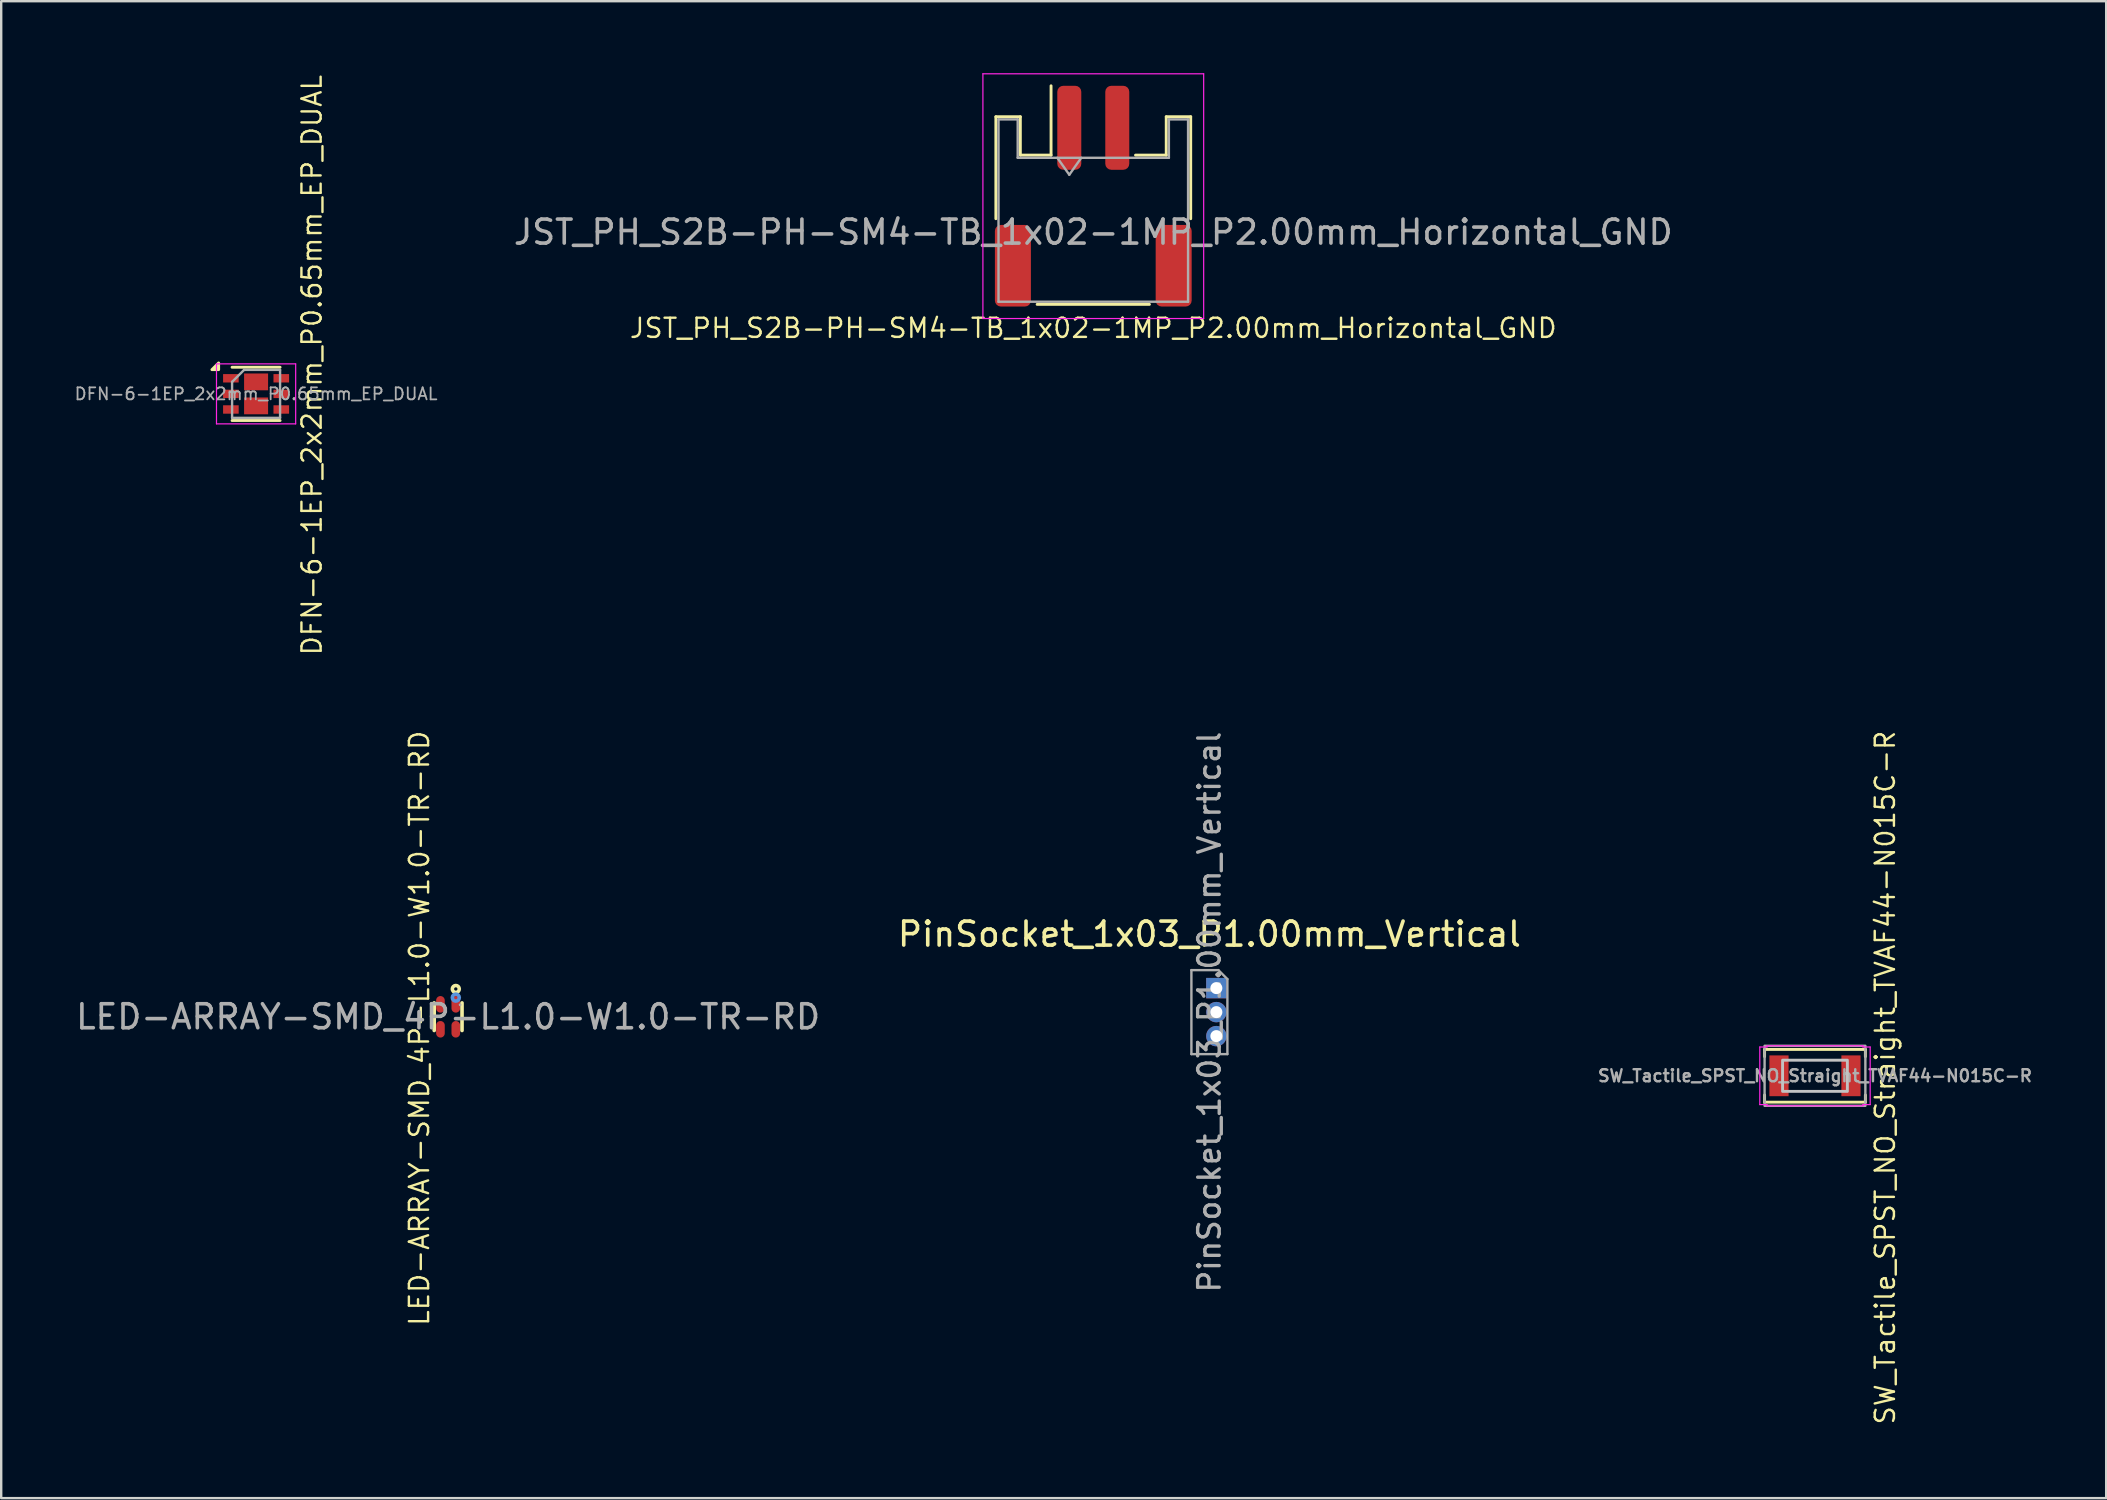
<source format=kicad_pcb>
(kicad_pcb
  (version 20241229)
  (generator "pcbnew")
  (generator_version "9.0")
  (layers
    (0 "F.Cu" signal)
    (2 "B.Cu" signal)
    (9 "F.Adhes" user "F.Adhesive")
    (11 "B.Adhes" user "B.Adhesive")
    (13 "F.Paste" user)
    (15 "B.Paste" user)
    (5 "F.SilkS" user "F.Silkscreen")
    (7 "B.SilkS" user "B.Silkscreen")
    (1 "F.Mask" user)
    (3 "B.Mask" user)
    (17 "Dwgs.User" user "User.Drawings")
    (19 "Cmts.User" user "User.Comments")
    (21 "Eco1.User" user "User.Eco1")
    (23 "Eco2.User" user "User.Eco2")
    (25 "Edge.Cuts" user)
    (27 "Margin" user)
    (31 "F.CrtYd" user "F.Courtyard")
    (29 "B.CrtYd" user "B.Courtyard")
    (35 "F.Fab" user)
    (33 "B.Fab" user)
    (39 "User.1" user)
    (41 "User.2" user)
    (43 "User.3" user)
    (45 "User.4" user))
  (footprint "JST_PH_S2B-PH-SM4-TB_1x02-1MP_P2.00mm_Horizontal_GND"
    (layer "F.Cu")
    (at 42.512 5.125)
    (property "Reference" "JST_PH_S2B-PH-SM4-TB_1x02-1MP_P2.00mm_Horizontal_GND" (at 0 5.5 0) (unlocked yes) (layer "F.SilkS") (effects (font (size 0.8 0.8) (thickness 0.1))))
    (attr smd)
    (fp_line (start -4.06 -3.31) (end -3.04 -3.31) (stroke (width 0.12) (type solid)) (layer "F.SilkS"))
    (fp_line (start -4.06 0.94) (end -4.06 -3.31) (stroke (width 0.12) (type solid)) (layer "F.SilkS"))
    (fp_line (start -3.04 -3.31) (end -3.04 -1.71) (stroke (width 0.12) (type solid)) (layer "F.SilkS"))
    (fp_line (start -3.04 -1.71) (end -1.76 -1.71) (stroke (width 0.12) (type solid)) (layer "F.SilkS"))
    (fp_line (start -2.34 4.51) (end 2.34 4.51) (stroke (width 0.12) (type solid)) (layer "F.SilkS"))
    (fp_line (start -1.76 -1.71) (end -1.76 -4.6) (stroke (width 0.12) (type solid)) (layer "F.SilkS"))
    (fp_line (start 3.04 -3.31) (end 3.04 -1.71) (stroke (width 0.12) (type solid)) (layer "F.SilkS"))
    (fp_line (start 3.04 -1.71) (end 1.76 -1.71) (stroke (width 0.12) (type solid)) (layer "F.SilkS"))
    (fp_line (start 4.06 -3.31) (end 3.04 -3.31) (stroke (width 0.12) (type solid)) (layer "F.SilkS"))
    (fp_line (start 4.06 0.94) (end 4.06 -3.31) (stroke (width 0.12) (type solid)) (layer "F.SilkS"))
    (fp_line (start -4.6 -5.1) (end -4.6 5.1) (stroke (width 0.05) (type solid)) (layer "F.CrtYd"))
    (fp_line (start -4.6 5.1) (end 4.6 5.1) (stroke (width 0.05) (type solid)) (layer "F.CrtYd"))
    (fp_line (start 4.6 -5.1) (end -4.6 -5.1) (stroke (width 0.05) (type solid)) (layer "F.CrtYd"))
    (fp_line (start 4.6 5.1) (end 4.6 -5.1) (stroke (width 0.05) (type solid)) (layer "F.CrtYd"))
    (fp_line (start -3.95 -3.2) (end -3.95 4.4) (stroke (width 0.1) (type solid)) (layer "F.Fab"))
    (fp_line (start -3.95 -3.2) (end -3.15 -3.2) (stroke (width 0.1) (type solid)) (layer "F.Fab"))
    (fp_line (start -3.95 4.4) (end 3.95 4.4) (stroke (width 0.1) (type solid)) (layer "F.Fab"))
    (fp_line (start -3.15 -3.2) (end -3.15 -1.6) (stroke (width 0.1) (type solid)) (layer "F.Fab"))
    (fp_line (start -3.15 -1.6) (end 3.15 -1.6) (stroke (width 0.1) (type solid)) (layer "F.Fab"))
    (fp_line (start -1.5 -1.6) (end -1 -0.893) (stroke (width 0.1) (type solid)) (layer "F.Fab"))
    (fp_line (start -1 -0.893) (end -0.5 -1.6) (stroke (width 0.1) (type solid)) (layer "F.Fab"))
    (fp_line (start 3.15 -3.2) (end 3.95 -3.2) (stroke (width 0.1) (type solid)) (layer "F.Fab"))
    (fp_line (start 3.15 -1.6) (end 3.15 -3.2) (stroke (width 0.1) (type solid)) (layer "F.Fab"))
    (fp_line (start 3.95 -3.2) (end 3.95 4.4) (stroke (width 0.1) (type solid)) (layer "F.Fab"))
    (fp_text user "${REFERENCE}" (at 0 1.5 180) (layer "F.Fab") (effects (font (size 1 1) (thickness 0.15))))
    (pad "1" smd roundrect (at -1 -2.85) (size 1 3.5) (layers "F.Cu" "F.Mask" "F.Paste") (roundrect_rratio 0.25))
    (pad "2" smd roundrect (at 1 -2.85) (size 1 3.5) (layers "F.Cu" "F.Mask" "F.Paste") (roundrect_rratio 0.25))
    (pad "GND" smd roundrect (at -3.35 2.9) (size 1.5 3.4) (layers "F.Cu" "F.Mask" "F.Paste") (roundrect_rratio 0.167))
    (pad "GND" smd roundrect (at 3.35 2.9) (size 1.5 3.4) (layers "F.Cu" "F.Mask" "F.Paste") (roundrect_rratio 0.167)))
  (footprint "LED-ARRAY-SMD_4P-L1.0-W1.0-TR-RD"
    (layer "F.Cu")
    (at 15.625 39.325)
    (property "Reference" "LED-ARRAY-SMD_4P-L1.0-W1.0-TR-RD" (at -1.2 0.475 270) (layer "F.SilkS") (effects (font (size 0.8 0.8) (thickness 0.1))))
    (attr smd)
    (fp_line (start -0.58 -0.58) (end -0.58 0.57) (stroke (width 0.15) (type solid)) (layer "F.SilkS"))
    (fp_line (start 0.58 -0.58) (end 0.58 0.57) (stroke (width 0.15) (type solid)) (layer "F.SilkS"))
    (fp_circle (center 0.32 -1.16) (end 0.39 -1.16) (stroke (width 0.15) (type solid)) (fill no) (layer "F.SilkS"))
    (fp_circle (center 0.32 -0.8) (end 0.39 -0.8) (stroke (width 0.15) (type solid)) (fill no) (layer "Cmts.User"))
    (fp_circle (center 0.5 -0.5) (end 0.53 -0.5) (stroke (width 0.06) (type solid)) (fill no) (layer "F.Fab"))
    (fp_text user "${REFERENCE}" (at 0 0 0) (layer "F.Fab") (effects (font (size 1 1) (thickness 0.15))))
    (pad "1" smd oval (at 0.32 -0.52 180) (size 0.36 0.69) (layers "F.Cu" "F.Mask" "F.Paste"))
    (pad "2" smd oval (at 0.32 0.52 180) (size 0.36 0.69) (layers "F.Cu" "F.Mask" "F.Paste"))
    (pad "3" smd oval (at -0.32 0.52 180) (size 0.36 0.69) (layers "F.Cu" "F.Mask" "F.Paste"))
    (pad "4" smd oval (at -0.32 -0.52 180) (size 0.36 0.69) (layers "F.Cu" "F.Mask" "F.Paste")))
  (footprint "DFN-6-1EP_2x2mm_P0.65mm_EP_DUAL"
    (layer "F.Cu")
    (at 7.622 13.365)
    (property "Reference" "DFN-6-1EP_2x2mm_P0.65mm_EP_DUAL" (at 2.325 -1.2 90) (layer "F.SilkS") (effects (font (size 0.8 0.8) (thickness 0.1))))
    (attr smd)
    (fp_line (start -1 -1.11) (end 1 -1.11) (stroke (width 0.12) (type solid)) (layer "F.SilkS"))
    (fp_line (start -1 1.11) (end 1 1.11) (stroke (width 0.12) (type solid)) (layer "F.SilkS"))
    (fp_poly (pts (xy -1.56 -1.01) (xy -1.84 -1.01) (xy -1.56 -1.29) (xy -1.56 -1.01)) (stroke (width 0.12) (type solid)) (fill yes) (layer "F.SilkS"))
    (fp_line (start -1.65 -1.25) (end -1.65 1.25) (stroke (width 0.05) (type solid)) (layer "F.CrtYd"))
    (fp_line (start -1.65 -1.25) (end 1.65 -1.25) (stroke (width 0.05) (type solid)) (layer "F.CrtYd"))
    (fp_line (start -1.65 1.25) (end 1.65 1.25) (stroke (width 0.05) (type solid)) (layer "F.CrtYd"))
    (fp_line (start 1.65 -1.25) (end 1.65 1.25) (stroke (width 0.05) (type solid)) (layer "F.CrtYd"))
    (fp_line (start -1 -0.5) (end -0.5 -1) (stroke (width 0.1) (type solid)) (layer "F.Fab"))
    (fp_line (start -1 1) (end -1 -0.5) (stroke (width 0.1) (type solid)) (layer "F.Fab"))
    (fp_line (start -0.5 -1) (end 1 -1) (stroke (width 0.1) (type solid)) (layer "F.Fab"))
    (fp_line (start 1 -1) (end 1 1) (stroke (width 0.1) (type solid)) (layer "F.Fab"))
    (fp_line (start 1 1) (end -1 1) (stroke (width 0.1) (type solid)) (layer "F.Fab"))
    (fp_text user "${REFERENCE}" (at 0 0 0) (layer "F.Fab") (effects (font (size 0.5 0.5) (thickness 0.075))))
    (pad "1" smd rect (at -1.05 -0.65 180) (size 0.65 0.35) (layers "F.Cu" "F.Mask" "F.Paste"))
    (pad "2" smd rect (at -1.05 0 180) (size 0.65 0.35) (layers "F.Cu" "F.Mask" "F.Paste"))
    (pad "3" smd rect (at -1.05 0.65 180) (size 0.65 0.35) (layers "F.Cu" "F.Mask" "F.Paste"))
    (pad "4" smd rect (at 1.05 0.65 180) (size 0.65 0.35) (layers "F.Cu" "F.Mask" "F.Paste"))
    (pad "5" smd rect (at 1.05 0 180) (size 0.65 0.35) (layers "F.Cu" "F.Mask" "F.Paste"))
    (pad "6" smd rect (at 1.05 -0.65 180) (size 0.65 0.35) (layers "F.Cu" "F.Mask" "F.Paste"))
    (pad "7" smd rect (at 0 -0.5 180) (size 1 0.7) (layers "F.Cu" "F.Mask" "F.Paste"))
    (pad "8" smd rect (at 0 0.5 180) (size 1 0.7) (layers "F.Cu" "F.Mask" "F.Paste")))
  (footprint "SW_Tactile_SPST_NO_Straight_TVAF44-N015C-R"
    (layer "F.Cu")
    (at 72.588 41.783)
    (property "Reference" "SW_Tactile_SPST_NO_Straight_TVAF44-N015C-R" (at 2.925 0.075 90) (unlocked yes) (layer "F.SilkS") (effects (font (size 0.8 0.8) (thickness 0.1))))
    (attr smd)
    (fp_line (start -2.1 -1.1) (end -2.1 -0.8) (stroke (width 0.12) (type solid)) (layer "F.SilkS"))
    (fp_line (start -2.1 0.8) (end -2.1 1.1) (stroke (width 0.12) (type solid)) (layer "F.SilkS"))
    (fp_line (start -2.1 1.1) (end 2.1 1.1) (stroke (width 0.12) (type solid)) (layer "F.SilkS"))
    (fp_line (start 2.1 -1.1) (end -2.1 -1.1) (stroke (width 0.12) (type solid)) (layer "F.SilkS"))
    (fp_line (start 2.1 -0.8) (end 2.1 -1.1) (stroke (width 0.12) (type solid)) (layer "F.SilkS"))
    (fp_line (start 2.1 1.1) (end 2.1 0.8) (stroke (width 0.12) (type solid)) (layer "F.SilkS"))
    (fp_rect (start -1.35 -0.65) (end 1.35 0.65) (stroke (width 0.12) (type solid)) (fill no) (layer "Dwgs.User"))
    (fp_line (start -2.3 -1.2) (end -2 -1.2) (stroke (width 0.05) (type solid)) (layer "F.CrtYd"))
    (fp_line (start -2.3 1.2) (end -2.3 -1.2) (stroke (width 0.05) (type solid)) (layer "F.CrtYd"))
    (fp_line (start -2 -1.25) (end 2 -1.25) (stroke (width 0.05) (type solid)) (layer "F.CrtYd"))
    (fp_line (start -2 -1.2) (end -2 -1.25) (stroke (width 0.05) (type solid)) (layer "F.CrtYd"))
    (fp_line (start -2 1.2) (end -2.3 1.2) (stroke (width 0.05) (type solid)) (layer "F.CrtYd"))
    (fp_line (start -2 1.25) (end -2 1.2) (stroke (width 0.05) (type solid)) (layer "F.CrtYd"))
    (fp_line (start 2 -1.25) (end 2 -1.2) (stroke (width 0.05) (type solid)) (layer "F.CrtYd"))
    (fp_line (start 2 -1.2) (end 2.3 -1.2) (stroke (width 0.05) (type solid)) (layer "F.CrtYd"))
    (fp_line (start 2 1.2) (end 2 1.25) (stroke (width 0.05) (type solid)) (layer "F.CrtYd"))
    (fp_line (start 2 1.25) (end -2 1.25) (stroke (width 0.05) (type solid)) (layer "F.CrtYd"))
    (fp_line (start 2.3 -1.2) (end 2.3 1.2) (stroke (width 0.05) (type solid)) (layer "F.CrtYd"))
    (fp_line (start 2.3 1.2) (end 2 1.2) (stroke (width 0.05) (type solid)) (layer "F.CrtYd"))
    (fp_rect (start -2.1 -1.25) (end 2.1 1.25) (stroke (width 0.1) (type solid)) (fill no) (layer "F.Fab"))
    (fp_text user "${REFERENCE}" (at 0 0 0) (unlocked yes) (layer "F.Fab") (effects (font (size 0.5 0.5) (thickness 0.1))))
    (pad "1" smd rect (at -1.5 0) (size 0.8 1.7) (layers "F.Cu" "F.Mask" "F.Paste"))
    (pad "2" smd rect (at 1.5 0) (size 0.8 1.7) (layers "F.Cu" "F.Mask" "F.Paste")))
  (footprint "PinSocket_1x03_P1.00mm_Vertical"
    (layer "F.Cu")
    (at 47.641 38.129)
    (property "Reference" "PinSocket_1x03_P1.00mm_Vertical" (at -0.29 -2.25 0) (layer "F.SilkS") (effects (font (size 1 1) (thickness 0.15))))
    (attr through_hole dnp)
    (fp_line (start -1.04 -0.75) (end 0.085 -0.75) (stroke (width 0.1) (type solid)) (layer "F.Fab"))
    (fp_line (start -1.04 2.75) (end -1.04 -0.75) (stroke (width 0.1) (type solid)) (layer "F.Fab"))
    (fp_line (start 0.085 -0.75) (end 0.46 -0.375) (stroke (width 0.1) (type solid)) (layer "F.Fab"))
    (fp_line (start 0.46 -0.375) (end 0.46 2.75) (stroke (width 0.1) (type solid)) (layer "F.Fab"))
    (fp_line (start 0.46 2.75) (end -1.04 2.75) (stroke (width 0.1) (type solid)) (layer "F.Fab"))
    (fp_text user "${REFERENCE}" (at -0.29 1 90) (layer "F.Fab") (effects (font (size 0.9 0.9) (thickness 0.14))))
    (pad "1" thru_hole rect (at 0 0) (size 0.85 0.85) (drill 0.5) (layers "*.Cu" "*.Mask"))
    (pad "2" thru_hole circle (at 0 1) (size 0.85 0.85) (drill 0.5) (layers "*.Cu" "*.Mask"))
    (pad "3" thru_hole circle (at 0 2) (size 0.85 0.85) (drill 0.5) (layers "*.Cu" "*.Mask")))
  (gr_rect
    (start -3 -3)
    (end 84.724 59.385)
    (stroke (width 0.1) (type default))
    (fill no)
    (layer "Edge.Cuts")))
</source>
